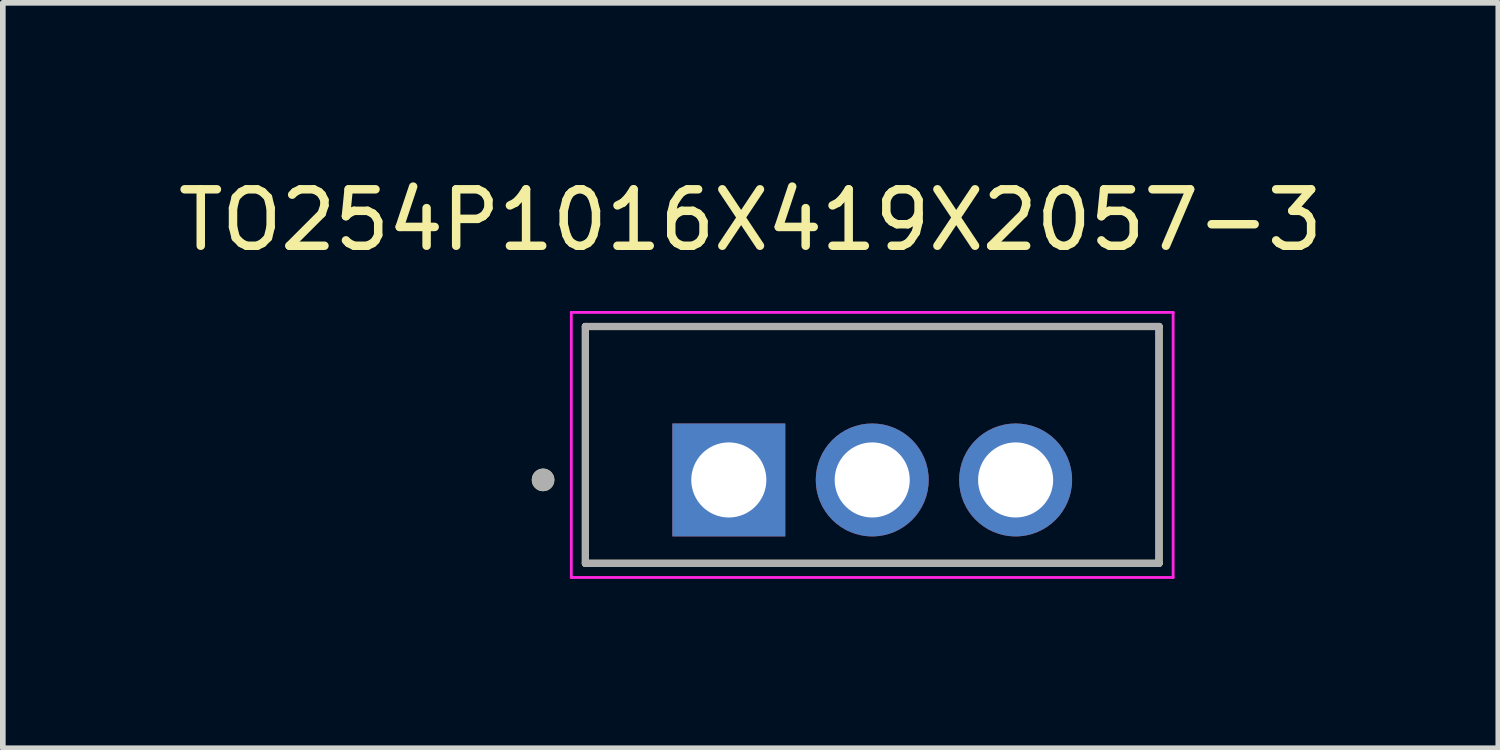
<source format=kicad_pcb>
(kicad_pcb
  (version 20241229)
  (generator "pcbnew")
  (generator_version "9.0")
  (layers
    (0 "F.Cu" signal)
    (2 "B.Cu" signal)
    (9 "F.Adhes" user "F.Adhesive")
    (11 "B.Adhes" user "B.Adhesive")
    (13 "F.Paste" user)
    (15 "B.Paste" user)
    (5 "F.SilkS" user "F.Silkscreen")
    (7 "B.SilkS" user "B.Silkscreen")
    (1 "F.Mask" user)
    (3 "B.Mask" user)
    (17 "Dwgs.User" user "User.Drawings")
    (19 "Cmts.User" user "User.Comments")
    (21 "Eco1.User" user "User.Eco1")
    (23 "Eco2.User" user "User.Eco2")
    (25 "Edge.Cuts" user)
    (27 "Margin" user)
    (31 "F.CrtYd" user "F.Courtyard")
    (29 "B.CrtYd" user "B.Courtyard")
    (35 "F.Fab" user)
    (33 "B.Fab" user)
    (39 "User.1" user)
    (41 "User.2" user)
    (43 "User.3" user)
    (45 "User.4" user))
  (footprint "TO254P1016X419X2057-3"
    (layer "F.Cu")
    (at 12.399 5.451)
    (property "Reference" "TO254P1016X419X2057-3" (at -2.155 -4.603 0) (layer "F.SilkS") (effects (font (size 1 1) (thickness 0.15))))
    (attr through_hole)
    (fp_line (start -5.08 -2.718) (end 5.08 -2.718) (stroke (width 0.127) (type solid)) (layer "F.SilkS"))
    (fp_line (start -5.08 1.477) (end -5.08 -2.718) (stroke (width 0.127) (type solid)) (layer "F.SilkS"))
    (fp_line (start 5.08 -2.718) (end 5.08 1.477) (stroke (width 0.127) (type solid)) (layer "F.SilkS"))
    (fp_line (start 5.08 1.477) (end -5.08 1.477) (stroke (width 0.127) (type solid)) (layer "F.SilkS"))
    (fp_circle (center -5.83 -0.001) (end -5.73 -0.001) (stroke (width 0.2) (type solid)) (fill no) (layer "F.SilkS"))
    (fp_line (start -5.33 -2.968) (end -5.33 1.727) (stroke (width 0.05) (type solid)) (layer "F.CrtYd"))
    (fp_line (start -5.33 1.727) (end 5.33 1.727) (stroke (width 0.05) (type solid)) (layer "F.CrtYd"))
    (fp_line (start 5.33 -2.968) (end -5.33 -2.968) (stroke (width 0.05) (type solid)) (layer "F.CrtYd"))
    (fp_line (start 5.33 1.727) (end 5.33 -2.968) (stroke (width 0.05) (type solid)) (layer "F.CrtYd"))
    (fp_line (start -5.08 -2.718) (end 5.08 -2.718) (stroke (width 0.127) (type solid)) (layer "F.Fab"))
    (fp_line (start -5.08 1.477) (end -5.08 -2.718) (stroke (width 0.127) (type solid)) (layer "F.Fab"))
    (fp_line (start 5.08 -2.718) (end 5.08 1.477) (stroke (width 0.127) (type solid)) (layer "F.Fab"))
    (fp_line (start 5.08 1.477) (end -5.08 1.477) (stroke (width 0.127) (type solid)) (layer "F.Fab"))
    (fp_circle (center -5.83 -0.001) (end -5.73 -0.001) (stroke (width 0.2) (type solid)) (fill no) (layer "F.Fab"))
    (pad "1" thru_hole rect (at -2.54 0) (size 2 2) (drill 1.33) (layers "*.Cu" "*.Mask"))
    (pad "2" thru_hole circle (at 0 0) (size 2 2) (drill 1.33) (layers "*.Cu" "*.Mask"))
    (pad "3" thru_hole circle (at 2.54 0) (size 2 2) (drill 1.33) (layers "*.Cu" "*.Mask")))
  (gr_rect
    (start -3 -3)
    (end 23.488 10.203)
    (stroke (width 0.1) (type default))
    (fill no)
    (layer "Edge.Cuts")))
</source>
